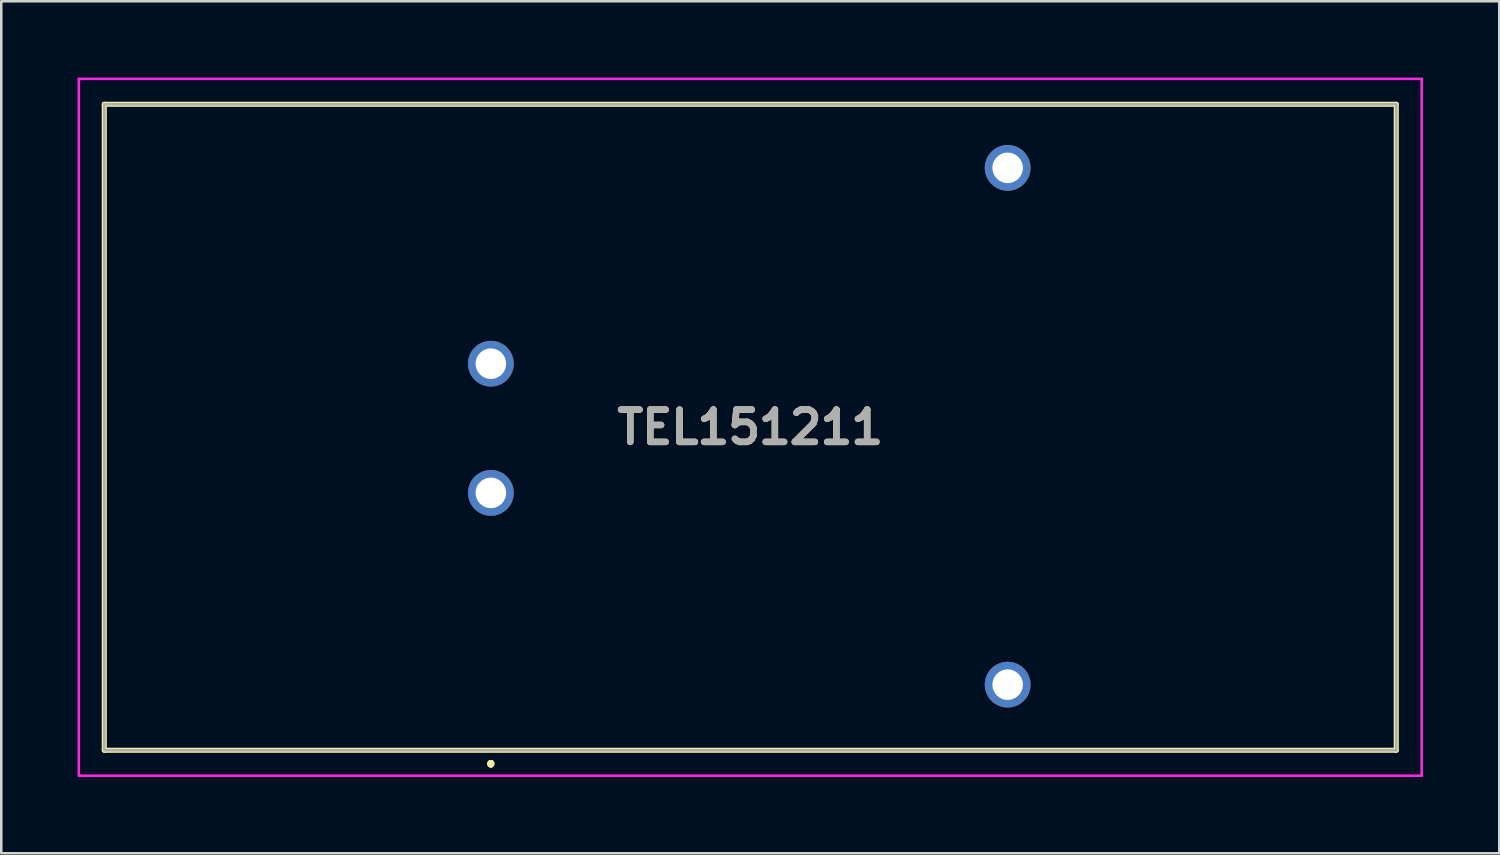
<source format=kicad_pcb>
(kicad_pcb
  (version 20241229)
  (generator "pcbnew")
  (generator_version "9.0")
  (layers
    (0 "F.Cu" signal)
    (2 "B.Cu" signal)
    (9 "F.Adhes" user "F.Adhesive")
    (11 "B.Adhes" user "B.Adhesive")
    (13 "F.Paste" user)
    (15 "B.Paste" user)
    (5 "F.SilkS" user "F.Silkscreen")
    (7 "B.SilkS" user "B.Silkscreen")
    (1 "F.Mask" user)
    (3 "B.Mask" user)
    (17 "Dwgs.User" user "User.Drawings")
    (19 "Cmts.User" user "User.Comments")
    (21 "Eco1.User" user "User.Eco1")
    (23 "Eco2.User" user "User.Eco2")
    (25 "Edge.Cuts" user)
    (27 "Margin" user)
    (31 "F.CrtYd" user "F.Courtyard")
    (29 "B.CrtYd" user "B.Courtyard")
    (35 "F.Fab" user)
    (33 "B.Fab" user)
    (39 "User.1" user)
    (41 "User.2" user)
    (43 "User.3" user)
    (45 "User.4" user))
  (footprint "TEL151211"
    (layer "F.Cu")
    (at 16.25 16.33)
    (property "Reference" "TEL151211" (at 10.2 -2.58 0) (layer "F.SilkS") (effects (font (size 1.27 1.27) (thickness 0.254))))
    (attr through_hole)
    (fp_line (start -15.2 -15.28) (end -15.2 10.12) (stroke (width 0.2) (type solid)) (layer "F.SilkS"))
    (fp_line (start -15.2 10.12) (end 35.6 10.12) (stroke (width 0.2) (type solid)) (layer "F.SilkS"))
    (fp_line (start 0 10.6) (end 0 10.6) (stroke (width 0.2) (type solid)) (layer "F.SilkS"))
    (fp_line (start 0 10.6) (end 0 10.6) (stroke (width 0.2) (type solid)) (layer "F.SilkS"))
    (fp_line (start 0 10.7) (end 0 10.7) (stroke (width 0.2) (type solid)) (layer "F.SilkS"))
    (fp_line (start 35.6 -15.28) (end -15.2 -15.28) (stroke (width 0.2) (type solid)) (layer "F.SilkS"))
    (fp_line (start 35.6 10.12) (end 35.6 -15.28) (stroke (width 0.2) (type solid)) (layer "F.SilkS"))
    (fp_arc (start 0 10.6) (mid 0.05 10.65) (end 0 10.7) (stroke (width 0.2) (type solid)) (layer "F.SilkS"))
    (fp_arc (start 0 10.7) (mid -0.05 10.65) (end 0 10.6) (stroke (width 0.2) (type solid)) (layer "F.SilkS"))
    (fp_arc (start 0 10.7) (mid -0.05 10.65) (end 0 10.6) (stroke (width 0.2) (type solid)) (layer "F.SilkS"))
    (fp_line (start -16.2 -16.28) (end -16.2 11.12) (stroke (width 0.1) (type solid)) (layer "F.CrtYd"))
    (fp_line (start -16.2 11.12) (end 36.6 11.12) (stroke (width 0.1) (type solid)) (layer "F.CrtYd"))
    (fp_line (start 36.6 -16.28) (end -16.2 -16.28) (stroke (width 0.1) (type solid)) (layer "F.CrtYd"))
    (fp_line (start 36.6 11.12) (end 36.6 -16.28) (stroke (width 0.1) (type solid)) (layer "F.CrtYd"))
    (fp_line (start -15.2 -15.28) (end 35.6 -15.28) (stroke (width 0.1) (type solid)) (layer "F.Fab"))
    (fp_line (start -15.2 10.12) (end -15.2 -15.28) (stroke (width 0.1) (type solid)) (layer "F.Fab"))
    (fp_line (start 35.6 -15.28) (end 35.6 10.12) (stroke (width 0.1) (type solid)) (layer "F.Fab"))
    (fp_line (start 35.6 10.12) (end -15.2 10.12) (stroke (width 0.1) (type solid)) (layer "F.Fab"))
    (fp_text user "${REFERENCE}" (at 10.2 -2.58 0) (layer "F.Fab") (effects (font (size 1.27 1.27) (thickness 0.254))))
    (pad "1" thru_hole circle (at 0 0) (size 1.8 1.8) (drill 1.2) (layers "*.Cu" "*.Mask"))
    (pad "2" thru_hole circle (at 0 -5.08) (size 1.8 1.8) (drill 1.2) (layers "*.Cu" "*.Mask"))
    (pad "3" thru_hole circle (at 20.32 7.54) (size 1.8 1.8) (drill 1.2) (layers "*.Cu" "*.Mask"))
    (pad "5" thru_hole circle (at 20.32 -12.78) (size 1.8 1.8) (drill 1.2) (layers "*.Cu" "*.Mask")))
  (gr_rect
    (start -3 -3)
    (end 55.9 30.5)
    (stroke (width 0.1) (type default))
    (fill no)
    (layer "Edge.Cuts")))
</source>
